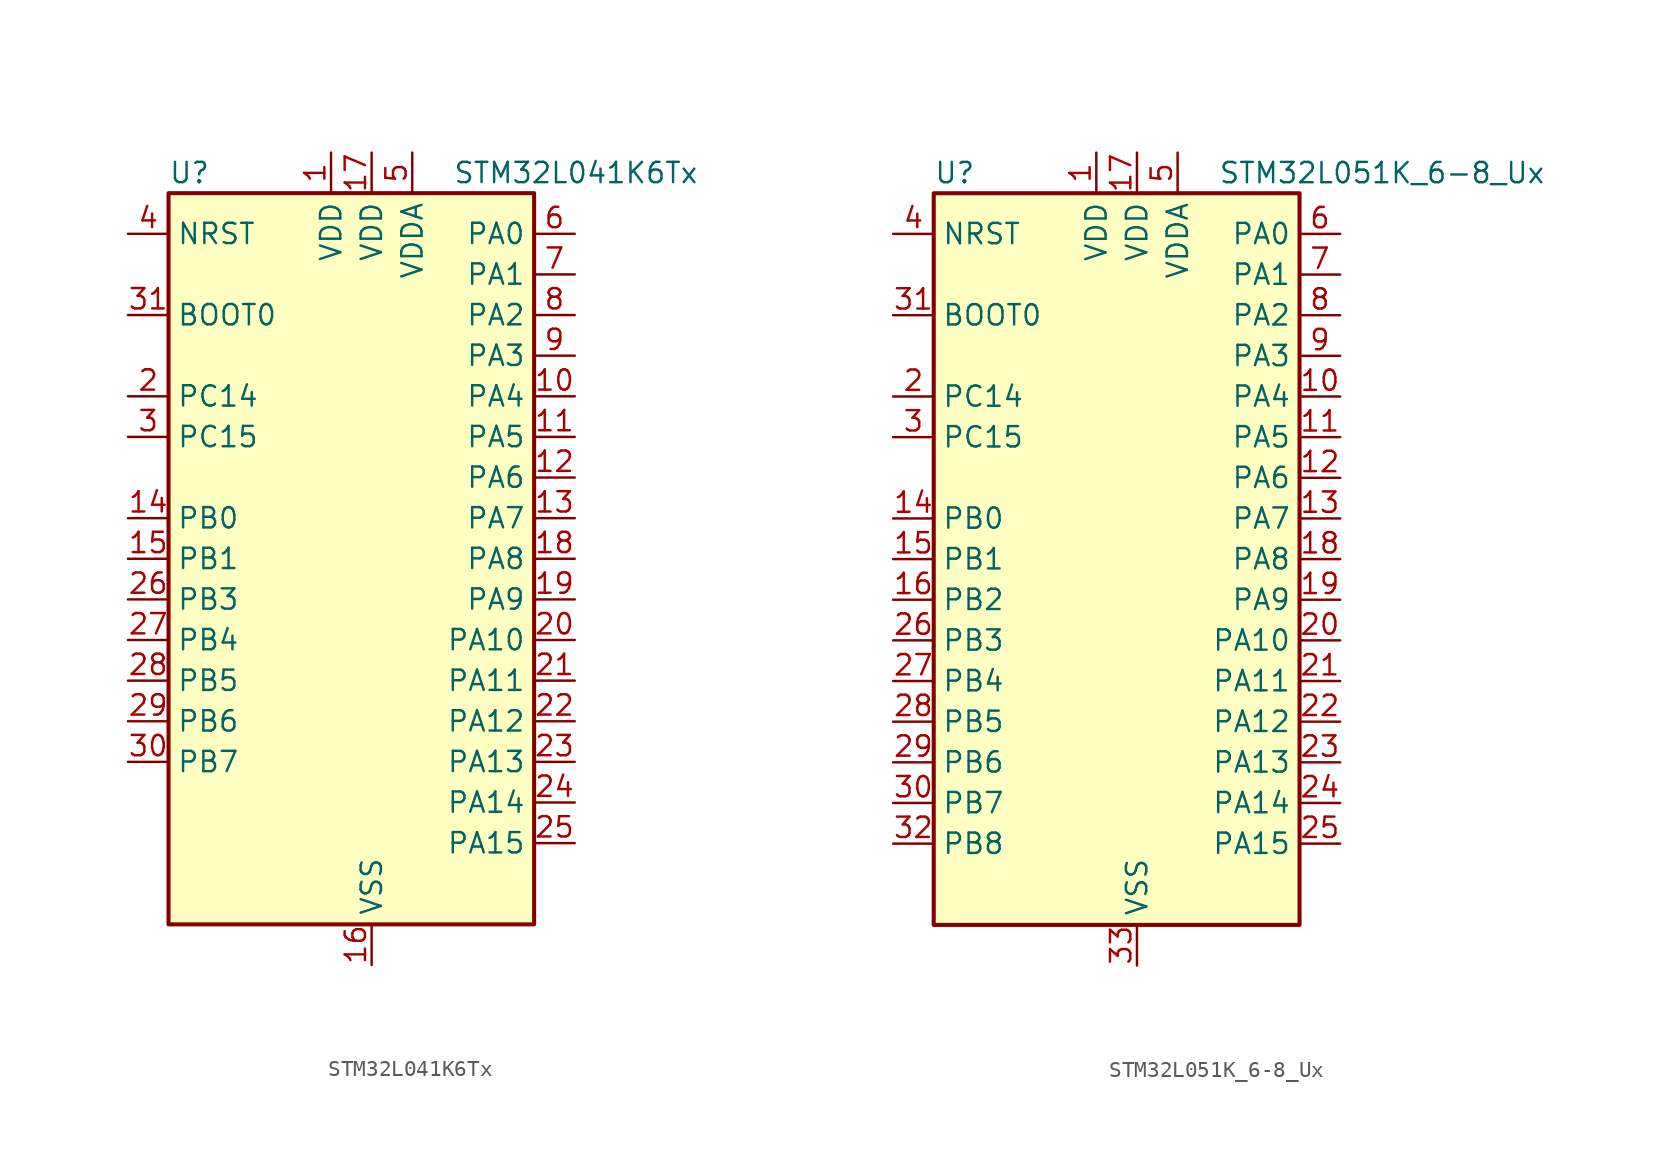
<source format=kicad_sym>
(kicad_symbol_lib
  (version 20220914)
  (generator kicad_symbol_editor)
  (symbol "STM32L041K6Tx"
    (property "Reference" "U"
      (at -10.16 24.13 0)
      (effects (font (size 1.27 1.27)) (justify left)))
    (property "Value" "STM32L041K6Tx"
      (at 7.62 24.13 0)
      (effects (font (size 1.27 1.27)) (justify left)))
    (property "ki_locked" ""
      (at 0 0 0)
      (effects (font (size 1.27 1.27))))
    (symbol "STM32L041K6Tx_0_1"
      (rectangle (start -10.16 -22.86) (end 12.7 22.86) (stroke (width 0.254) (type default)) (fill (type background))))
    (symbol "STM32L041K6Tx_1_1"
      (pin power_in line (at 0 25.4 270) (length 2.54) (name "VDD" (effects (font (size 1.27 1.27)))) (number "1" (effects (font (size 1.27 1.27)))))
      (pin bidirectional line (at 15.24 10.16 180) (length 2.54) (name "PA4" (effects (font (size 1.27 1.27)))) (number "10" (effects (font (size 1.27 1.27)))) (alternate "ADC_IN4" bidirectional line) (alternate "COMP1_INM" bidirectional line) (alternate "COMP2_INM" bidirectional line) (alternate "LPTIM1_IN1" bidirectional line) (alternate "SPI1_NSS" bidirectional line) (alternate "TIM22_ETR" bidirectional line) (alternate "USART2_CK" bidirectional line))
      (pin bidirectional line (at 15.24 7.62 180) (length 2.54) (name "PA5" (effects (font (size 1.27 1.27)))) (number "11" (effects (font (size 1.27 1.27)))) (alternate "ADC_IN5" bidirectional line) (alternate "COMP1_INM" bidirectional line) (alternate "COMP2_INM" bidirectional line) (alternate "LPTIM1_IN2" bidirectional line) (alternate "SPI1_SCK" bidirectional line) (alternate "TIM2_CH1" bidirectional line) (alternate "TIM2_ETR" bidirectional line))
      (pin bidirectional line (at 15.24 5.08 180) (length 2.54) (name "PA6" (effects (font (size 1.27 1.27)))) (number "12" (effects (font (size 1.27 1.27)))) (alternate "ADC_IN6" bidirectional line) (alternate "COMP1_OUT" bidirectional line) (alternate "LPTIM1_ETR" bidirectional line) (alternate "LPUART1_CTS" bidirectional line) (alternate "SPI1_MISO" bidirectional line) (alternate "TIM22_CH1" bidirectional line))
      (pin bidirectional line (at 15.24 2.54 180) (length 2.54) (name "PA7" (effects (font (size 1.27 1.27)))) (number "13" (effects (font (size 1.27 1.27)))) (alternate "ADC_IN7" bidirectional line) (alternate "COMP2_OUT" bidirectional line) (alternate "LPTIM1_OUT" bidirectional line) (alternate "SPI1_MOSI" bidirectional line) (alternate "TIM22_CH2" bidirectional line) (alternate "USART2_CTS" bidirectional line))
      (pin bidirectional line (at -12.7 2.54 0) (length 2.54) (name "PB0" (effects (font (size 1.27 1.27)))) (number "14" (effects (font (size 1.27 1.27)))) (alternate "ADC_IN8" bidirectional line) (alternate "SPI1_MISO" bidirectional line) (alternate "SYS_VREF_OUT_PB0" bidirectional line) (alternate "TIM2_CH3" bidirectional line) (alternate "USART2_DE" bidirectional line) (alternate "USART2_RTS" bidirectional line))
      (pin bidirectional line (at -12.7 0 0) (length 2.54) (name "PB1" (effects (font (size 1.27 1.27)))) (number "15" (effects (font (size 1.27 1.27)))) (alternate "ADC_IN9" bidirectional line) (alternate "LPUART1_DE" bidirectional line) (alternate "LPUART1_RTS" bidirectional line) (alternate "SPI1_MOSI" bidirectional line) (alternate "SYS_VREF_OUT_PB1" bidirectional line) (alternate "TIM2_CH4" bidirectional line) (alternate "USART2_CK" bidirectional line))
      (pin power_in line (at 2.54 -25.4 90) (length 2.54) (name "VSS" (effects (font (size 1.27 1.27)))) (number "16" (effects (font (size 1.27 1.27)))))
      (pin power_in line (at 2.54 25.4 270) (length 2.54) (name "VDD" (effects (font (size 1.27 1.27)))) (number "17" (effects (font (size 1.27 1.27)))))
      (pin bidirectional line (at 15.24 0 180) (length 2.54) (name "PA8" (effects (font (size 1.27 1.27)))) (number "18" (effects (font (size 1.27 1.27)))) (alternate "LPTIM1_IN1" bidirectional line) (alternate "RCC_MCO" bidirectional line) (alternate "TIM2_CH1" bidirectional line) (alternate "USART2_CK" bidirectional line))
      (pin bidirectional line (at 15.24 -2.54 180) (length 2.54) (name "PA9" (effects (font (size 1.27 1.27)))) (number "19" (effects (font (size 1.27 1.27)))) (alternate "I2C1_SCL" bidirectional line) (alternate "RCC_MCO" bidirectional line) (alternate "TIM22_CH1" bidirectional line) (alternate "USART2_TX" bidirectional line))
      (pin bidirectional line (at -12.7 10.16 0) (length 2.54) (name "PC14" (effects (font (size 1.27 1.27)))) (number "2" (effects (font (size 1.27 1.27)))) (alternate "RCC_OSC32_IN" bidirectional line))
      (pin bidirectional line (at 15.24 -5.08 180) (length 2.54) (name "PA10" (effects (font (size 1.27 1.27)))) (number "20" (effects (font (size 1.27 1.27)))) (alternate "I2C1_SDA" bidirectional line) (alternate "TIM22_CH2" bidirectional line) (alternate "USART2_RX" bidirectional line))
      (pin bidirectional line (at 15.24 -7.62 180) (length 2.54) (name "PA11" (effects (font (size 1.27 1.27)))) (number "21" (effects (font (size 1.27 1.27)))) (alternate "ADC_EXTI11" bidirectional line) (alternate "COMP1_OUT" bidirectional line) (alternate "SPI1_MISO" bidirectional line) (alternate "TIM21_CH2" bidirectional line) (alternate "USART2_CTS" bidirectional line))
      (pin bidirectional line (at 15.24 -10.16 180) (length 2.54) (name "PA12" (effects (font (size 1.27 1.27)))) (number "22" (effects (font (size 1.27 1.27)))) (alternate "COMP2_OUT" bidirectional line) (alternate "SPI1_MOSI" bidirectional line) (alternate "USART2_DE" bidirectional line) (alternate "USART2_RTS" bidirectional line))
      (pin bidirectional line (at 15.24 -12.7 180) (length 2.54) (name "PA13" (effects (font (size 1.27 1.27)))) (number "23" (effects (font (size 1.27 1.27)))) (alternate "LPTIM1_ETR" bidirectional line) (alternate "LPUART1_RX" bidirectional line) (alternate "SYS_SWDIO" bidirectional line))
      (pin bidirectional line (at 15.24 -15.24 180) (length 2.54) (name "PA14" (effects (font (size 1.27 1.27)))) (number "24" (effects (font (size 1.27 1.27)))) (alternate "I2C1_SMBA" bidirectional line) (alternate "LPTIM1_OUT" bidirectional line) (alternate "LPUART1_TX" bidirectional line) (alternate "SYS_SWCLK" bidirectional line) (alternate "USART2_TX" bidirectional line))
      (pin bidirectional line (at 15.24 -17.78 180) (length 2.54) (name "PA15" (effects (font (size 1.27 1.27)))) (number "25" (effects (font (size 1.27 1.27)))) (alternate "SPI1_NSS" bidirectional line) (alternate "TIM2_CH1" bidirectional line) (alternate "TIM2_ETR" bidirectional line) (alternate "USART2_RX" bidirectional line))
      (pin bidirectional line (at -12.7 -2.54 0) (length 2.54) (name "PB3" (effects (font (size 1.27 1.27)))) (number "26" (effects (font (size 1.27 1.27)))) (alternate "COMP2_INM" bidirectional line) (alternate "SPI1_SCK" bidirectional line) (alternate "TIM2_CH2" bidirectional line))
      (pin bidirectional line (at -12.7 -5.08 0) (length 2.54) (name "PB4" (effects (font (size 1.27 1.27)))) (number "27" (effects (font (size 1.27 1.27)))) (alternate "COMP2_INP" bidirectional line) (alternate "SPI1_MISO" bidirectional line) (alternate "TIM22_CH1" bidirectional line))
      (pin bidirectional line (at -12.7 -7.62 0) (length 2.54) (name "PB5" (effects (font (size 1.27 1.27)))) (number "28" (effects (font (size 1.27 1.27)))) (alternate "COMP2_INP" bidirectional line) (alternate "I2C1_SMBA" bidirectional line) (alternate "LPTIM1_IN1" bidirectional line) (alternate "SPI1_MOSI" bidirectional line) (alternate "TIM22_CH2" bidirectional line))
      (pin bidirectional line (at -12.7 -10.16 0) (length 2.54) (name "PB6" (effects (font (size 1.27 1.27)))) (number "29" (effects (font (size 1.27 1.27)))) (alternate "COMP2_INP" bidirectional line) (alternate "I2C1_SCL" bidirectional line) (alternate "LPTIM1_ETR" bidirectional line) (alternate "TIM21_CH1" bidirectional line) (alternate "USART2_TX" bidirectional line))
      (pin bidirectional line (at -12.7 7.62 0) (length 2.54) (name "PC15" (effects (font (size 1.27 1.27)))) (number "3" (effects (font (size 1.27 1.27)))) (alternate "RCC_OSC32_OUT" bidirectional line))
      (pin bidirectional line (at -12.7 -12.7 0) (length 2.54) (name "PB7" (effects (font (size 1.27 1.27)))) (number "30" (effects (font (size 1.27 1.27)))) (alternate "COMP2_INP" bidirectional line) (alternate "I2C1_SDA" bidirectional line) (alternate "LPTIM1_IN2" bidirectional line) (alternate "SYS_PVD_IN" bidirectional line) (alternate "USART2_RX" bidirectional line))
      (pin input line (at -12.7 15.24 0) (length 2.54) (name "BOOT0" (effects (font (size 1.27 1.27)))) (number "31" (effects (font (size 1.27 1.27)))))
      (pin passive line (at 2.54 -25.4 90) (length 2.54) hide (name "VSS" (effects (font (size 1.27 1.27)))) (number "32" (effects (font (size 1.27 1.27)))))
      (pin input line (at -12.7 20.32 0) (length 2.54) (name "NRST" (effects (font (size 1.27 1.27)))) (number "4" (effects (font (size 1.27 1.27)))))
      (pin power_in line (at 5.08 25.4 270) (length 2.54) (name "VDDA" (effects (font (size 1.27 1.27)))) (number "5" (effects (font (size 1.27 1.27)))))
      (pin bidirectional line (at 15.24 20.32 180) (length 2.54) (name "PA0" (effects (font (size 1.27 1.27)))) (number "6" (effects (font (size 1.27 1.27)))) (alternate "ADC_IN0" bidirectional line) (alternate "COMP1_INM" bidirectional line) (alternate "COMP1_OUT" bidirectional line) (alternate "LPTIM1_IN1" bidirectional line) (alternate "RCC_CK_IN" bidirectional line) (alternate "RTC_TAMP2" bidirectional line) (alternate "SYS_WKUP1" bidirectional line) (alternate "TIM2_CH1" bidirectional line) (alternate "TIM2_ETR" bidirectional line) (alternate "USART2_CTS" bidirectional line))
      (pin bidirectional line (at 15.24 17.78 180) (length 2.54) (name "PA1" (effects (font (size 1.27 1.27)))) (number "7" (effects (font (size 1.27 1.27)))) (alternate "ADC_IN1" bidirectional line) (alternate "COMP1_INP" bidirectional line) (alternate "I2C1_SMBA" bidirectional line) (alternate "LPTIM1_IN2" bidirectional line) (alternate "TIM21_ETR" bidirectional line) (alternate "TIM2_CH2" bidirectional line) (alternate "USART2_DE" bidirectional line) (alternate "USART2_RTS" bidirectional line))
      (pin bidirectional line (at 15.24 15.24 180) (length 2.54) (name "PA2" (effects (font (size 1.27 1.27)))) (number "8" (effects (font (size 1.27 1.27)))) (alternate "ADC_IN2" bidirectional line) (alternate "COMP2_INM" bidirectional line) (alternate "COMP2_OUT" bidirectional line) (alternate "LPUART1_TX" bidirectional line) (alternate "RTC_OUT_ALARM" bidirectional line) (alternate "RTC_OUT_CALIB" bidirectional line) (alternate "RTC_TAMP3" bidirectional line) (alternate "RTC_TS" bidirectional line) (alternate "SYS_WKUP3" bidirectional line) (alternate "TIM21_CH1" bidirectional line) (alternate "TIM2_CH3" bidirectional line) (alternate "USART2_TX" bidirectional line))
      (pin bidirectional line (at 15.24 12.7 180) (length 2.54) (name "PA3" (effects (font (size 1.27 1.27)))) (number "9" (effects (font (size 1.27 1.27)))) (alternate "ADC_IN3" bidirectional line) (alternate "COMP2_INP" bidirectional line) (alternate "LPUART1_RX" bidirectional line) (alternate "TIM21_CH2" bidirectional line) (alternate "TIM2_CH4" bidirectional line) (alternate "USART2_RX" bidirectional line))))
  (symbol "STM32L051K_6-8_Ux"
    (property "Reference" "U"
      (at -10.16 24.13 0)
      (effects (font (size 1.27 1.27)) (justify left)))
    (property "Value" "STM32L051K_6-8_Ux"
      (at 7.62 24.13 0)
      (effects (font (size 1.27 1.27)) (justify left)))
    (property "ki_locked" ""
      (at 0 0 0)
      (effects (font (size 1.27 1.27))))
    (symbol "STM32L051K_6-8_Ux_0_1"
      (rectangle (start -10.16 -22.86) (end 12.7 22.86) (stroke (width 0.254) (type default)) (fill (type background))))
    (symbol "STM32L051K_6-8_Ux_1_1"
      (pin power_in line (at 0 25.4 270) (length 2.54) (name "VDD" (effects (font (size 1.27 1.27)))) (number "1" (effects (font (size 1.27 1.27)))))
      (pin bidirectional line (at 15.24 10.16 180) (length 2.54) (name "PA4" (effects (font (size 1.27 1.27)))) (number "10" (effects (font (size 1.27 1.27)))) (alternate "ADC_IN4" bidirectional line) (alternate "COMP1_INM" bidirectional line) (alternate "COMP2_INM" bidirectional line) (alternate "SPI1_NSS" bidirectional line) (alternate "TIM22_ETR" bidirectional line) (alternate "USART2_CK" bidirectional line))
      (pin bidirectional line (at 15.24 7.62 180) (length 2.54) (name "PA5" (effects (font (size 1.27 1.27)))) (number "11" (effects (font (size 1.27 1.27)))) (alternate "ADC_IN5" bidirectional line) (alternate "COMP1_INM" bidirectional line) (alternate "COMP2_INM" bidirectional line) (alternate "SPI1_SCK" bidirectional line) (alternate "TIM2_CH1" bidirectional line) (alternate "TIM2_ETR" bidirectional line))
      (pin bidirectional line (at 15.24 5.08 180) (length 2.54) (name "PA6" (effects (font (size 1.27 1.27)))) (number "12" (effects (font (size 1.27 1.27)))) (alternate "ADC_IN6" bidirectional line) (alternate "COMP1_OUT" bidirectional line) (alternate "SPI1_MISO" bidirectional line) (alternate "TIM22_CH1" bidirectional line))
      (pin bidirectional line (at 15.24 2.54 180) (length 2.54) (name "PA7" (effects (font (size 1.27 1.27)))) (number "13" (effects (font (size 1.27 1.27)))) (alternate "ADC_IN7" bidirectional line) (alternate "COMP2_OUT" bidirectional line) (alternate "SPI1_MOSI" bidirectional line) (alternate "TIM22_CH2" bidirectional line))
      (pin bidirectional line (at -12.7 2.54 0) (length 2.54) (name "PB0" (effects (font (size 1.27 1.27)))) (number "14" (effects (font (size 1.27 1.27)))) (alternate "ADC_IN8" bidirectional line) (alternate "SYS_VREF_OUT_PB0" bidirectional line))
      (pin bidirectional line (at -12.7 0 0) (length 2.54) (name "PB1" (effects (font (size 1.27 1.27)))) (number "15" (effects (font (size 1.27 1.27)))) (alternate "ADC_IN9" bidirectional line) (alternate "SYS_VREF_OUT_PB1" bidirectional line))
      (pin bidirectional line (at -12.7 -2.54 0) (length 2.54) (name "PB2" (effects (font (size 1.27 1.27)))) (number "16" (effects (font (size 1.27 1.27)))) (alternate "LPTIM1_OUT" bidirectional line))
      (pin power_in line (at 2.54 25.4 270) (length 2.54) (name "VDD" (effects (font (size 1.27 1.27)))) (number "17" (effects (font (size 1.27 1.27)))))
      (pin bidirectional line (at 15.24 0 180) (length 2.54) (name "PA8" (effects (font (size 1.27 1.27)))) (number "18" (effects (font (size 1.27 1.27)))) (alternate "RCC_MCO" bidirectional line) (alternate "USART1_CK" bidirectional line))
      (pin bidirectional line (at 15.24 -2.54 180) (length 2.54) (name "PA9" (effects (font (size 1.27 1.27)))) (number "19" (effects (font (size 1.27 1.27)))) (alternate "RCC_MCO" bidirectional line) (alternate "USART1_TX" bidirectional line))
      (pin bidirectional line (at -12.7 10.16 0) (length 2.54) (name "PC14" (effects (font (size 1.27 1.27)))) (number "2" (effects (font (size 1.27 1.27)))) (alternate "RCC_OSC32_IN" bidirectional line))
      (pin bidirectional line (at 15.24 -5.08 180) (length 2.54) (name "PA10" (effects (font (size 1.27 1.27)))) (number "20" (effects (font (size 1.27 1.27)))) (alternate "USART1_RX" bidirectional line))
      (pin bidirectional line (at 15.24 -7.62 180) (length 2.54) (name "PA11" (effects (font (size 1.27 1.27)))) (number "21" (effects (font (size 1.27 1.27)))) (alternate "ADC_EXTI11" bidirectional line) (alternate "COMP1_OUT" bidirectional line) (alternate "SPI1_MISO" bidirectional line) (alternate "USART1_CTS" bidirectional line))
      (pin bidirectional line (at 15.24 -10.16 180) (length 2.54) (name "PA12" (effects (font (size 1.27 1.27)))) (number "22" (effects (font (size 1.27 1.27)))) (alternate "COMP2_OUT" bidirectional line) (alternate "SPI1_MOSI" bidirectional line) (alternate "USART1_DE" bidirectional line) (alternate "USART1_RTS" bidirectional line))
      (pin bidirectional line (at 15.24 -12.7 180) (length 2.54) (name "PA13" (effects (font (size 1.27 1.27)))) (number "23" (effects (font (size 1.27 1.27)))) (alternate "SYS_SWDIO" bidirectional line))
      (pin bidirectional line (at 15.24 -15.24 180) (length 2.54) (name "PA14" (effects (font (size 1.27 1.27)))) (number "24" (effects (font (size 1.27 1.27)))) (alternate "SYS_SWCLK" bidirectional line) (alternate "USART2_TX" bidirectional line))
      (pin bidirectional line (at 15.24 -17.78 180) (length 2.54) (name "PA15" (effects (font (size 1.27 1.27)))) (number "25" (effects (font (size 1.27 1.27)))) (alternate "SPI1_NSS" bidirectional line) (alternate "TIM2_CH1" bidirectional line) (alternate "TIM2_ETR" bidirectional line) (alternate "USART2_RX" bidirectional line))
      (pin bidirectional line (at -12.7 -5.08 0) (length 2.54) (name "PB3" (effects (font (size 1.27 1.27)))) (number "26" (effects (font (size 1.27 1.27)))) (alternate "COMP2_INM" bidirectional line) (alternate "SPI1_SCK" bidirectional line) (alternate "TIM2_CH2" bidirectional line))
      (pin bidirectional line (at -12.7 -7.62 0) (length 2.54) (name "PB4" (effects (font (size 1.27 1.27)))) (number "27" (effects (font (size 1.27 1.27)))) (alternate "COMP2_INP" bidirectional line) (alternate "SPI1_MISO" bidirectional line) (alternate "TIM22_CH1" bidirectional line))
      (pin bidirectional line (at -12.7 -10.16 0) (length 2.54) (name "PB5" (effects (font (size 1.27 1.27)))) (number "28" (effects (font (size 1.27 1.27)))) (alternate "COMP2_INP" bidirectional line) (alternate "I2C1_SMBA" bidirectional line) (alternate "LPTIM1_IN1" bidirectional line) (alternate "SPI1_MOSI" bidirectional line) (alternate "TIM22_CH2" bidirectional line))
      (pin bidirectional line (at -12.7 -12.7 0) (length 2.54) (name "PB6" (effects (font (size 1.27 1.27)))) (number "29" (effects (font (size 1.27 1.27)))) (alternate "COMP2_INP" bidirectional line) (alternate "I2C1_SCL" bidirectional line) (alternate "LPTIM1_ETR" bidirectional line) (alternate "USART1_TX" bidirectional line))
      (pin bidirectional line (at -12.7 7.62 0) (length 2.54) (name "PC15" (effects (font (size 1.27 1.27)))) (number "3" (effects (font (size 1.27 1.27)))) (alternate "RCC_OSC32_OUT" bidirectional line))
      (pin bidirectional line (at -12.7 -15.24 0) (length 2.54) (name "PB7" (effects (font (size 1.27 1.27)))) (number "30" (effects (font (size 1.27 1.27)))) (alternate "COMP2_INP" bidirectional line) (alternate "I2C1_SDA" bidirectional line) (alternate "LPTIM1_IN2" bidirectional line) (alternate "SYS_PVD_IN" bidirectional line) (alternate "USART1_RX" bidirectional line))
      (pin input line (at -12.7 15.24 0) (length 2.54) (name "BOOT0" (effects (font (size 1.27 1.27)))) (number "31" (effects (font (size 1.27 1.27)))))
      (pin bidirectional line (at -12.7 -17.78 0) (length 2.54) (name "PB8" (effects (font (size 1.27 1.27)))) (number "32" (effects (font (size 1.27 1.27)))) (alternate "I2C1_SCL" bidirectional line))
      (pin power_in line (at 2.54 -25.4 90) (length 2.54) (name "VSS" (effects (font (size 1.27 1.27)))) (number "33" (effects (font (size 1.27 1.27)))))
      (pin input line (at -12.7 20.32 0) (length 2.54) (name "NRST" (effects (font (size 1.27 1.27)))) (number "4" (effects (font (size 1.27 1.27)))))
      (pin power_in line (at 5.08 25.4 270) (length 2.54) (name "VDDA" (effects (font (size 1.27 1.27)))) (number "5" (effects (font (size 1.27 1.27)))))
      (pin bidirectional line (at 15.24 20.32 180) (length 2.54) (name "PA0" (effects (font (size 1.27 1.27)))) (number "6" (effects (font (size 1.27 1.27)))) (alternate "ADC_IN0" bidirectional line) (alternate "COMP1_INM" bidirectional line) (alternate "COMP1_OUT" bidirectional line) (alternate "RTC_TAMP2" bidirectional line) (alternate "SYS_WKUP1" bidirectional line) (alternate "TIM2_CH1" bidirectional line) (alternate "TIM2_ETR" bidirectional line) (alternate "USART2_CTS" bidirectional line))
      (pin bidirectional line (at 15.24 17.78 180) (length 2.54) (name "PA1" (effects (font (size 1.27 1.27)))) (number "7" (effects (font (size 1.27 1.27)))) (alternate "ADC_IN1" bidirectional line) (alternate "COMP1_INP" bidirectional line) (alternate "TIM21_ETR" bidirectional line) (alternate "TIM2_CH2" bidirectional line) (alternate "USART2_DE" bidirectional line) (alternate "USART2_RTS" bidirectional line))
      (pin bidirectional line (at 15.24 15.24 180) (length 2.54) (name "PA2" (effects (font (size 1.27 1.27)))) (number "8" (effects (font (size 1.27 1.27)))) (alternate "ADC_IN2" bidirectional line) (alternate "COMP2_INM" bidirectional line) (alternate "COMP2_OUT" bidirectional line) (alternate "TIM21_CH1" bidirectional line) (alternate "TIM2_CH3" bidirectional line) (alternate "USART2_TX" bidirectional line))
      (pin bidirectional line (at 15.24 12.7 180) (length 2.54) (name "PA3" (effects (font (size 1.27 1.27)))) (number "9" (effects (font (size 1.27 1.27)))) (alternate "ADC_IN3" bidirectional line) (alternate "COMP2_INP" bidirectional line) (alternate "TIM21_CH2" bidirectional line) (alternate "TIM2_CH4" bidirectional line) (alternate "USART2_RX" bidirectional line)))))
</source>
